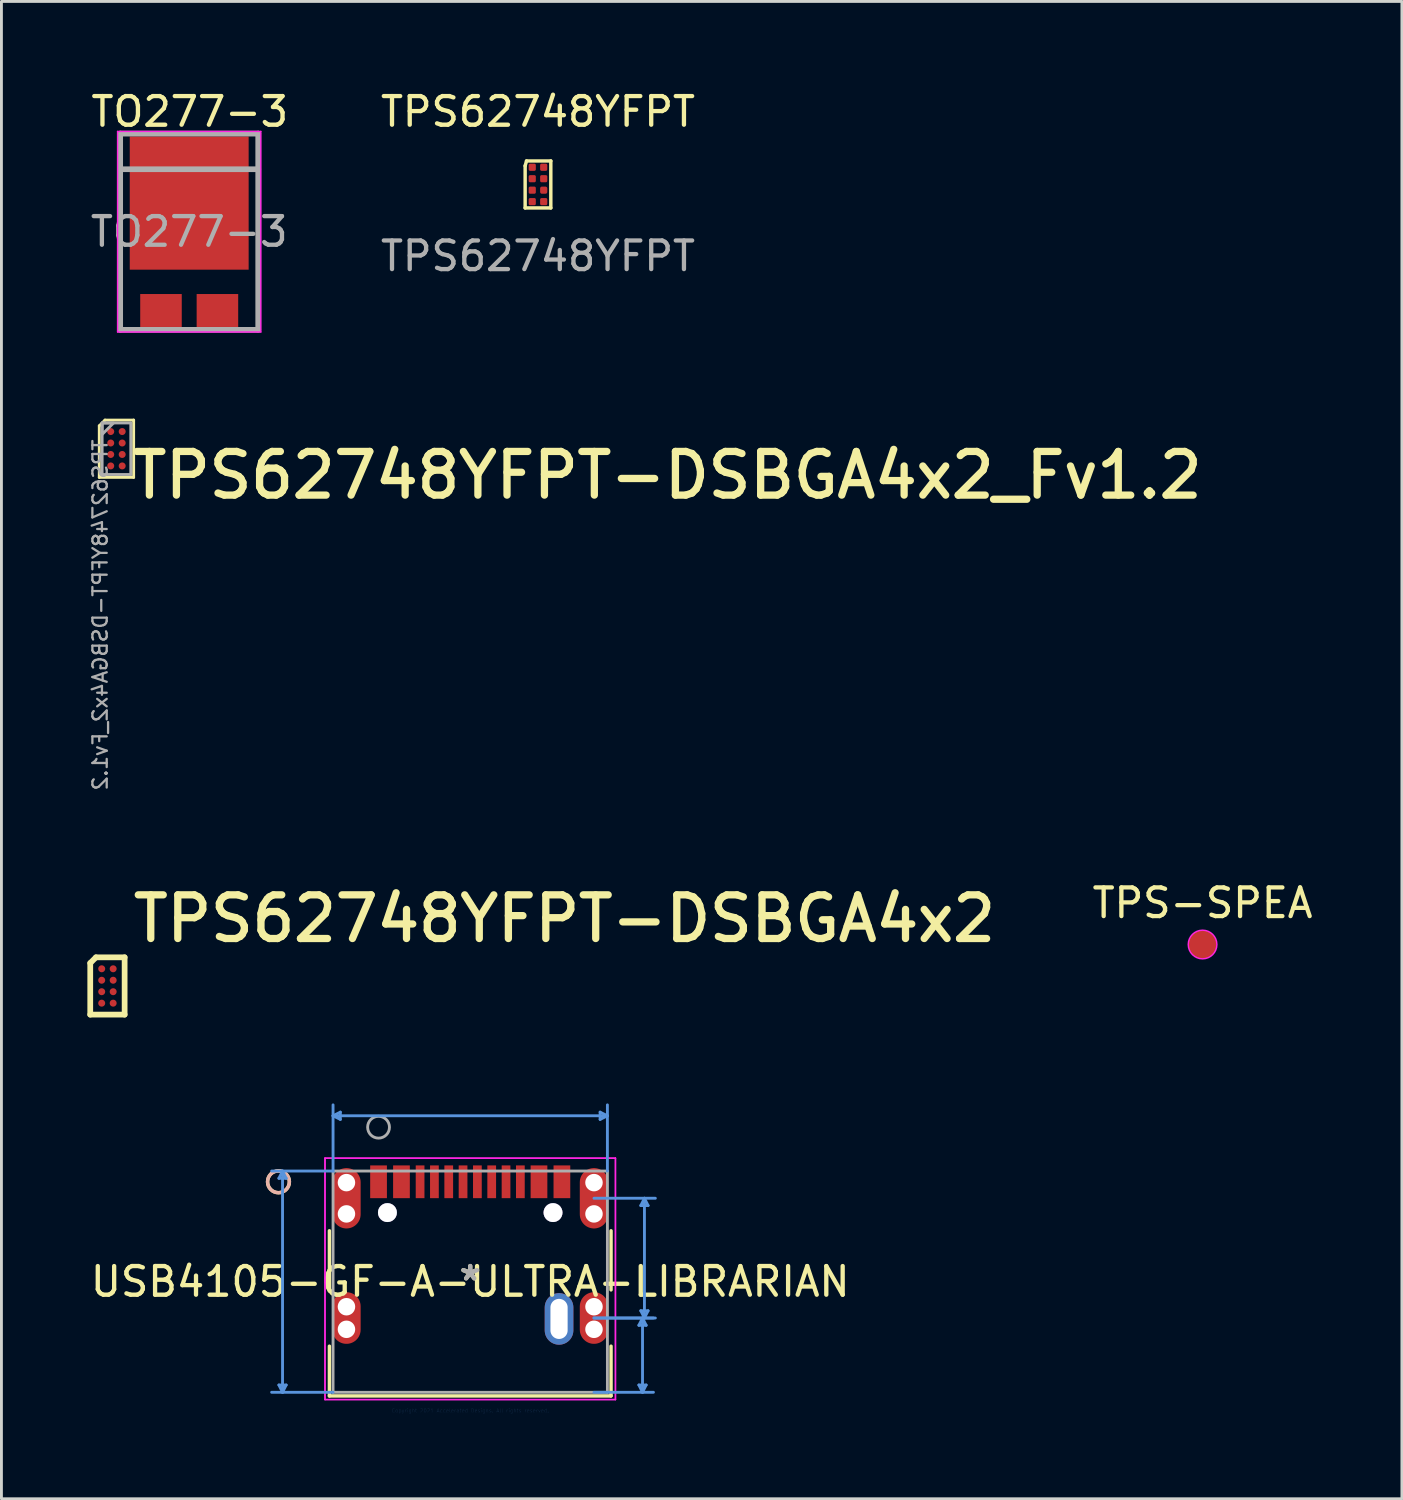
<source format=kicad_pcb>
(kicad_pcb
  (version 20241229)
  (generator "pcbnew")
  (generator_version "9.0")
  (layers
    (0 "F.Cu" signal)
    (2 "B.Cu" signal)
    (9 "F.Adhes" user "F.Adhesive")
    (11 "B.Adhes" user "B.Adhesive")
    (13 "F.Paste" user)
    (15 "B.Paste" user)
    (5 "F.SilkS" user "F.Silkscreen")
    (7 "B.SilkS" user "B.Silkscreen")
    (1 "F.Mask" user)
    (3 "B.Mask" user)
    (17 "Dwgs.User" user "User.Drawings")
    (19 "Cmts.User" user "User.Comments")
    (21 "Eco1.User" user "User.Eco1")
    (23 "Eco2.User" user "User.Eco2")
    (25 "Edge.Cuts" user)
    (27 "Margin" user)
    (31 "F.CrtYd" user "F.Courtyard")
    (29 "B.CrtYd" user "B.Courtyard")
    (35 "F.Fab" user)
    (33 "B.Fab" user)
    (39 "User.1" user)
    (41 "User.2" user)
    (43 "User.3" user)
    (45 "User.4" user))
  (footprint "TPS62748YFPT"
    (layer "F.Cu")
    (at 15.728 3.388)
    (property "Reference" "TPS62748YFPT" (at 0 -2.54 0) (unlocked yes) (layer "F.SilkS") (effects (font (size 1 1) (thickness 0.15))))
    (attr smd)
    (fp_line (start -0.448 -0.65) (end -0.4 -0.82) (stroke (width 0.12) (type solid)) (layer "F.SilkS"))
    (fp_line (start -0.448 0.82) (end -0.448 -0.65) (stroke (width 0.12) (type solid)) (layer "F.SilkS"))
    (fp_line (start -0.4 -0.82) (end 0.448 -0.82) (stroke (width 0.12) (type solid)) (layer "F.SilkS"))
    (fp_line (start 0.448 -0.82) (end 0.448 0.82) (stroke (width 0.12) (type solid)) (layer "F.SilkS"))
    (fp_line (start 0.448 0.82) (end -0.448 0.82) (stroke (width 0.12) (type solid)) (layer "F.SilkS"))
    (fp_text user "${REFERENCE}" (at 0 2.5 0) (unlocked yes) (layer "F.Fab") (effects (font (size 1 1) (thickness 0.15))))
    (pad "A1" smd roundrect (at -0.2 -0.6) (size 0.25 0.25) (layers "F.Cu" "F.Mask" "F.Paste") (roundrect_rratio 0.2))
    (pad "A2" smd roundrect (at 0.2 -0.6) (size 0.25 0.25) (layers "F.Cu" "F.Mask" "F.Paste") (roundrect_rratio 0.2))
    (pad "B1" smd roundrect (at -0.2 -0.2) (size 0.25 0.25) (layers "F.Cu" "F.Mask" "F.Paste") (roundrect_rratio 0.2))
    (pad "B2" smd roundrect (at 0.2 -0.2) (size 0.25 0.25) (layers "F.Cu" "F.Mask" "F.Paste") (roundrect_rratio 0.2))
    (pad "C1" smd roundrect (at -0.2 0.2) (size 0.25 0.25) (layers "F.Cu" "F.Mask" "F.Paste") (roundrect_rratio 0.2))
    (pad "C2" smd roundrect (at 0.2 0.2) (size 0.25 0.25) (layers "F.Cu" "F.Mask" "F.Paste") (roundrect_rratio 0.25))
    (pad "D1" smd roundrect (at -0.2 0.6) (size 0.25 0.25) (layers "F.Cu" "F.Mask" "F.Paste") (roundrect_rratio 0.2))
    (pad "D2" smd roundrect (at 0.2 0.6) (size 0.25 0.25) (layers "F.Cu" "F.Mask" "F.Paste") (roundrect_rratio 0.2)))
  (footprint "TPS-SPEA"
    (layer "F.Cu")
    (at 38.925 29.918)
    (property "Reference" "TPS-SPEA" (at 0 -1.448 0) (layer "F.SilkS") (effects (font (size 1 1) (thickness 0.15))))
    (attr exclude_from_pos_files exclude_from_bom)
    (fp_circle (center 0 0) (end 0.5 0) (stroke (width 0.05) (type solid)) (fill no) (layer "F.CrtYd"))
    (pad "1" smd circle (at 0 0) (size 1 1) (layers "F.Cu" "F.Mask")))
  (footprint "TPS62748YFPT-DSBGA4x2"
    (layer "F.Cu")
    (at 0.5 30.765)
    (property "Reference" "TPS62748YFPT-DSBGA4x2" (at 0.965 -0.857 0) (unlocked yes) (layer "F.SilkS") (effects (font (size 1.524 1.524) (thickness 0.254)) (justify left bottom)))
    (fp_line (start -0.4 1.6) (end -0.4 -0.2) (stroke (width 0.2) (type solid)) (layer "F.SilkS"))
    (fp_line (start -0.2 -0.4) (end -0.4 -0.2) (stroke (width 0.2) (type solid)) (layer "F.SilkS"))
    (fp_line (start 0.8 -0.4) (end -0.2 -0.4) (stroke (width 0.2) (type solid)) (layer "F.SilkS"))
    (fp_line (start 0.8 1.6) (end -0.4 1.6) (stroke (width 0.2) (type solid)) (layer "F.SilkS"))
    (fp_line (start 0.8 1.6) (end 0.8 -0.4) (stroke (width 0.2) (type solid)) (layer "F.SilkS"))
    (pad "A1" smd circle (at 0 0) (size 0.245 0.245) (layers "F.Cu" "F.Mask" "F.Paste"))
    (pad "A2" smd circle (at 0.4 0) (size 0.245 0.245) (layers "F.Cu" "F.Mask" "F.Paste"))
    (pad "B1" smd circle (at 0 0.4) (size 0.245 0.245) (layers "F.Cu" "F.Mask" "F.Paste"))
    (pad "B2" smd circle (at 0.4 0.4) (size 0.245 0.245) (layers "F.Cu" "F.Mask" "F.Paste"))
    (pad "C1" smd circle (at 0 0.8) (size 0.245 0.245) (layers "F.Cu" "F.Mask" "F.Paste"))
    (pad "C2" smd circle (at 0.4 0.8) (size 0.245 0.245) (layers "F.Cu" "F.Mask" "F.Paste"))
    (pad "D1" smd circle (at 0 1.2) (size 0.245 0.245) (layers "F.Cu" "F.Mask" "F.Paste"))
    (pad "D2" smd circle (at 0.4 1.2) (size 0.245 0.245) (layers "F.Cu" "F.Mask" "F.Paste")))
  (footprint "USB4105-GF-A-ULTRA-LIBRARIAN"
    (layer "F.Cu")
    (at 13.363 41.686)
    (property "Reference" "USB4105-GF-A-ULTRA-LIBRARIAN" (at 0 0 0) (layer "F.SilkS") (effects (font (size 1 1) (thickness 0.15))))
    (attr through_hole)
    (fp_line (start -4.915 -1.776) (end -4.915 0.287) (stroke (width 0.12) (type solid)) (layer "F.SilkS"))
    (fp_line (start -4.915 2.252) (end -4.915 3.988) (stroke (width 0.12) (type solid)) (layer "F.SilkS"))
    (fp_line (start -4.915 3.988) (end 4.915 3.988) (stroke (width 0.12) (type solid)) (layer "F.SilkS"))
    (fp_line (start 4.915 0.287) (end 4.915 -1.776) (stroke (width 0.12) (type solid)) (layer "F.SilkS"))
    (fp_line (start 4.915 3.988) (end 4.915 2.252) (stroke (width 0.12) (type solid)) (layer "F.SilkS"))
    (fp_circle (center -6.693 -3.486) (end -6.312 -3.486) (stroke (width 0.12) (type solid)) (fill no) (layer "F.SilkS"))
    (fp_circle (center -6.693 -3.486) (end -6.312 -3.486) (stroke (width 0.12) (type solid)) (fill no) (layer "B.SilkS"))
    (fp_line (start -6.678 3.607) (end -6.551 3.861) (stroke (width 0.1) (type solid)) (layer "Cmts.User"))
    (fp_line (start -6.678 -3.607) (end -6.551 -3.861) (stroke (width 0.1) (type solid)) (layer "Cmts.User"))
    (fp_line (start -6.678 -3.607) (end -6.424 -3.607) (stroke (width 0.1) (type solid)) (layer "Cmts.User"))
    (fp_line (start -6.551 -3.861) (end -6.551 3.861) (stroke (width 0.1) (type solid)) (layer "Cmts.User"))
    (fp_line (start -6.424 3.607) (end -6.678 3.607) (stroke (width 0.1) (type solid)) (layer "Cmts.User"))
    (fp_line (start -6.424 3.607) (end -6.551 3.861) (stroke (width 0.1) (type solid)) (layer "Cmts.User"))
    (fp_line (start -6.424 -3.607) (end -6.551 -3.861) (stroke (width 0.1) (type solid)) (layer "Cmts.User"))
    (fp_line (start -4.788 -5.79) (end 4.788 -5.79) (stroke (width 0.1) (type solid)) (layer "Cmts.User"))
    (fp_line (start -4.788 -3.861) (end -6.932 -3.861) (stroke (width 0.1) (type solid)) (layer "Cmts.User"))
    (fp_line (start -4.788 -3.861) (end -4.788 -6.171) (stroke (width 0.1) (type solid)) (layer "Cmts.User"))
    (fp_line (start -4.788 3.861) (end -6.932 3.861) (stroke (width 0.1) (type solid)) (layer "Cmts.User"))
    (fp_line (start -4.534 -5.663) (end -4.788 -5.79) (stroke (width 0.1) (type solid)) (layer "Cmts.User"))
    (fp_line (start -4.534 -5.663) (end -4.534 -5.917) (stroke (width 0.1) (type solid)) (layer "Cmts.User"))
    (fp_line (start -4.534 -5.917) (end -4.788 -5.79) (stroke (width 0.1) (type solid)) (layer "Cmts.User"))
    (fp_line (start 4.32 -2.911) (end 6.462 -2.911) (stroke (width 0.1) (type solid)) (layer "Cmts.User"))
    (fp_line (start 4.32 1.269) (end 6.462 1.269) (stroke (width 0.1) (type solid)) (layer "Cmts.User"))
    (fp_line (start 4.32 1.269) (end 6.395 1.269) (stroke (width 0.1) (type solid)) (layer "Cmts.User"))
    (fp_line (start 4.32 3.861) (end 6.395 3.861) (stroke (width 0.1) (type solid)) (layer "Cmts.User"))
    (fp_line (start 4.534 -5.663) (end 4.788 -5.79) (stroke (width 0.1) (type solid)) (layer "Cmts.User"))
    (fp_line (start 4.534 -5.917) (end 4.534 -5.663) (stroke (width 0.1) (type solid)) (layer "Cmts.User"))
    (fp_line (start 4.534 -5.917) (end 4.788 -5.79) (stroke (width 0.1) (type solid)) (layer "Cmts.User"))
    (fp_line (start 4.788 -3.861) (end 4.788 -6.171) (stroke (width 0.1) (type solid)) (layer "Cmts.User"))
    (fp_line (start 5.887 3.607) (end 6.014 3.861) (stroke (width 0.1) (type solid)) (layer "Cmts.User"))
    (fp_line (start 5.887 1.523) (end 6.014 1.269) (stroke (width 0.1) (type solid)) (layer "Cmts.User"))
    (fp_line (start 5.887 1.523) (end 6.141 1.523) (stroke (width 0.1) (type solid)) (layer "Cmts.User"))
    (fp_line (start 5.954 1.015) (end 6.081 1.269) (stroke (width 0.1) (type solid)) (layer "Cmts.User"))
    (fp_line (start 5.954 -2.657) (end 6.081 -2.911) (stroke (width 0.1) (type solid)) (layer "Cmts.User"))
    (fp_line (start 5.954 -2.657) (end 6.208 -2.657) (stroke (width 0.1) (type solid)) (layer "Cmts.User"))
    (fp_line (start 6.014 1.269) (end 6.014 3.861) (stroke (width 0.1) (type solid)) (layer "Cmts.User"))
    (fp_line (start 6.081 -2.911) (end 6.081 1.269) (stroke (width 0.1) (type solid)) (layer "Cmts.User"))
    (fp_line (start 6.141 3.607) (end 5.887 3.607) (stroke (width 0.1) (type solid)) (layer "Cmts.User"))
    (fp_line (start 6.141 3.607) (end 6.014 3.861) (stroke (width 0.1) (type solid)) (layer "Cmts.User"))
    (fp_line (start 6.141 1.523) (end 6.014 1.269) (stroke (width 0.1) (type solid)) (layer "Cmts.User"))
    (fp_line (start 6.208 1.015) (end 5.954 1.015) (stroke (width 0.1) (type solid)) (layer "Cmts.User"))
    (fp_line (start 6.208 1.015) (end 6.081 1.269) (stroke (width 0.1) (type solid)) (layer "Cmts.User"))
    (fp_line (start 6.208 -2.657) (end 6.081 -2.911) (stroke (width 0.1) (type solid)) (layer "Cmts.User"))
    (fp_line (start -5.069 -4.311) (end -5.069 4.115) (stroke (width 0.05) (type solid)) (layer "F.CrtYd"))
    (fp_line (start -5.069 -4.311) (end -5.069 4.115) (stroke (width 0.05) (type solid)) (layer "F.CrtYd"))
    (fp_line (start -5.069 4.115) (end 5.069 4.115) (stroke (width 0.05) (type solid)) (layer "F.CrtYd"))
    (fp_line (start -5.069 4.115) (end 5.069 4.115) (stroke (width 0.05) (type solid)) (layer "F.CrtYd"))
    (fp_line (start 5.069 -4.311) (end -5.069 -4.311) (stroke (width 0.05) (type solid)) (layer "F.CrtYd"))
    (fp_line (start 5.069 -4.311) (end -5.069 -4.311) (stroke (width 0.05) (type solid)) (layer "F.CrtYd"))
    (fp_line (start 5.069 4.115) (end 5.069 -4.311) (stroke (width 0.05) (type solid)) (layer "F.CrtYd"))
    (fp_line (start 5.069 4.115) (end 5.069 -4.311) (stroke (width 0.05) (type solid)) (layer "F.CrtYd"))
    (fp_line (start -4.788 -3.861) (end -4.788 3.861) (stroke (width 0.1) (type solid)) (layer "F.Fab"))
    (fp_line (start -4.788 3.861) (end 4.788 3.861) (stroke (width 0.1) (type solid)) (layer "F.Fab"))
    (fp_line (start 4.788 -3.861) (end -4.788 -3.861) (stroke (width 0.1) (type solid)) (layer "F.Fab"))
    (fp_line (start 4.788 3.861) (end 4.788 -3.861) (stroke (width 0.1) (type solid)) (layer "F.Fab"))
    (fp_circle (center -3.2 -5.391) (end -2.819 -5.391) (stroke (width 0.1) (type solid)) (fill no) (layer "F.Fab"))
    (fp_text user "*" (at 0 0 0) (layer "F.SilkS") (effects (font (size 1 1) (thickness 0.15))))
    (fp_text user "Copyright 2021 Accelerated Designs. All rights reserved." (at 0 4.5 0) (layer "Cmts.User") (effects (font (size 0.127 0.127) (thickness 0.002))))
    (fp_text user "*" (at 0 0 0) (layer "F.Fab") (effects (font (size 1 1) (thickness 0.15))))
    (pad "" np_thru_hole circle (at -4.32 -3.457) (size 0.61 0.61) (drill 0.61) (layers "*.Cu" "*.Mask"))
    (pad "" np_thru_hole circle (at -4.32 -2.365) (size 0.61 0.61) (drill 0.61) (layers "*.Cu" "*.Mask"))
    (pad "" np_thru_hole circle (at -4.32 0.875) (size 0.61 0.61) (drill 0.61) (layers "*.Cu" "*.Mask"))
    (pad "" np_thru_hole circle (at -4.32 1.663) (size 0.61 0.61) (drill 0.61) (layers "*.Cu" "*.Mask"))
    (pad "" np_thru_hole circle (at 4.32 -3.457) (size 0.61 0.61) (drill 0.61) (layers "*.Cu" "*.Mask"))
    (pad "" np_thru_hole circle (at 4.32 -2.365) (size 0.61 0.61) (drill 0.61) (layers "*.Cu" "*.Mask"))
    (pad "" np_thru_hole circle (at 4.32 0.875) (size 0.61 0.61) (drill 0.61) (layers "*.Cu" "*.Mask"))
    (pad "" np_thru_hole circle (at 4.32 1.663) (size 0.61 0.61) (drill 0.61) (layers "*.Cu" "*.Mask"))
    (pad "1" thru_hole oval (at 3.1 1.3 90) (size 1.8 1) (drill oval 1.4 0.6) (layers "*.Cu" "*.Mask"))
    (pad "13" smd oval (at -4.32 1.269) (size 0.991 1.803) (layers "F.Cu" "F.Mask" "F.Paste"))
    (pad "14" smd oval (at 4.32 1.269) (size 0.991 1.803) (layers "F.Cu" "F.Mask" "F.Paste"))
    (pad "15" smd oval (at -4.32 -2.911) (size 0.991 2.108) (layers "F.Cu" "F.Mask" "F.Paste"))
    (pad "16" smd oval (at 4.32 -2.911) (size 0.991 2.108) (layers "F.Cu" "F.Mask" "F.Paste"))
    (pad "17" thru_hole circle (at -2.89 -2.411) (size 0.66 0.66) (drill 0.66) (layers "*.Cu" "*.Mask"))
    (pad "18" thru_hole circle (at 2.89 -2.411) (size 0.66 0.66) (drill 0.66) (layers "*.Cu" "*.Mask"))
    (pad "A1-B12" smd rect (at -3.2 -3.486) (size 0.584 1.143) (layers "F.Cu" "F.Mask" "F.Paste"))
    (pad "A4-B9" smd rect (at -2.4 -3.486) (size 0.584 1.143) (layers "F.Cu" "F.Mask" "F.Paste"))
    (pad "A5" smd rect (at -1.25 -3.486) (size 0.305 1.143) (layers "F.Cu" "F.Mask" "F.Paste"))
    (pad "A6" smd rect (at -0.25 -3.486) (size 0.305 1.143) (layers "F.Cu" "F.Mask" "F.Paste"))
    (pad "A7" smd rect (at 0.25 -3.486) (size 0.305 1.143) (layers "F.Cu" "F.Mask" "F.Paste"))
    (pad "A8" smd rect (at 1.25 -3.486) (size 0.305 1.143) (layers "F.Cu" "F.Mask" "F.Paste"))
    (pad "B1-A12" smd rect (at 3.2 -3.486) (size 0.584 1.143) (layers "F.Cu" "F.Mask" "F.Paste"))
    (pad "B4-A9" smd rect (at 2.4 -3.486) (size 0.584 1.143) (layers "F.Cu" "F.Mask" "F.Paste"))
    (pad "B5" smd rect (at 1.75 -3.486) (size 0.305 1.143) (layers "F.Cu" "F.Mask" "F.Paste"))
    (pad "B6" smd rect (at 0.75 -3.486) (size 0.305 1.143) (layers "F.Cu" "F.Mask" "F.Paste"))
    (pad "B7" smd rect (at -0.75 -3.486) (size 0.305 1.143) (layers "F.Cu" "F.Mask" "F.Paste"))
    (pad "B8" smd rect (at -1.75 -3.486) (size 0.305 1.143) (layers "F.Cu" "F.Mask" "F.Paste")))
  (footprint "TPS62748YFPT-DSBGA4x2_Fv1.2"
    (layer "F.Cu")
    (at 0.815 12.013)
    (property "Reference" "TPS62748YFPT-DSBGA4x2_Fv1.2" (at 0.602 2.418 0) (unlocked yes) (layer "F.SilkS") (effects (font (size 1.524 1.524) (thickness 0.254)) (justify left bottom)))
    (fp_line (start -0.4 -0.2) (end -0.4 1.6) (stroke (width 0.1) (type solid)) (layer "F.SilkS"))
    (fp_line (start -0.4 -0.2) (end -0.2 -0.4) (stroke (width 0.1) (type solid)) (layer "F.SilkS"))
    (fp_line (start -0.4 1.6) (end 0.8 1.6) (stroke (width 0.1) (type solid)) (layer "F.SilkS"))
    (fp_line (start -0.2 -0.4) (end 0.8 -0.4) (stroke (width 0.1) (type solid)) (layer "F.SilkS"))
    (fp_line (start 0.8 -0.4) (end 0.8 1.6) (stroke (width 0.1) (type solid)) (layer "F.SilkS"))
    (fp_line (start -0.3 -0.3) (end -0.3 1.5) (stroke (width 0.1) (type solid)) (layer "F.Fab"))
    (fp_line (start -0.3 -0.3) (end 0.7 -0.3) (stroke (width 0.1) (type solid)) (layer "F.Fab"))
    (fp_line (start -0.3 1.5) (end 0.7 1.5) (stroke (width 0.1) (type solid)) (layer "F.Fab"))
    (fp_line (start 0.7 -0.3) (end 0.7 1.5) (stroke (width 0.1) (type solid)) (layer "F.Fab"))
    (fp_poly (pts (xy -0.3 -0.3) (xy 0.1 -0.3) (xy -0.3 0.1)) (stroke (width 0.1) (type default)) (fill no) (layer "F.Fab"))
    (fp_text user "${REFERENCE}" (at -0.075 0.23 90) (unlocked yes) (layer "F.Fab") (effects (font (size 0.5 0.5) (thickness 0.08)) (justify left bottom mirror)))
    (pad "A1" smd circle (at 0 0 180) (size 0.245 0.245) (layers "F.Cu" "F.Mask" "F.Paste"))
    (pad "A2" smd circle (at 0.4 0 180) (size 0.245 0.245) (layers "F.Cu" "F.Mask" "F.Paste"))
    (pad "B1" smd circle (at 0 0.4 180) (size 0.245 0.245) (layers "F.Cu" "F.Mask" "F.Paste"))
    (pad "B2" smd circle (at 0.4 0.4 180) (size 0.245 0.245) (layers "F.Cu" "F.Mask" "F.Paste"))
    (pad "C1" smd circle (at 0 0.8 180) (size 0.245 0.245) (layers "F.Cu" "F.Mask" "F.Paste"))
    (pad "C2" smd circle (at 0.4 0.8 180) (size 0.245 0.245) (layers "F.Cu" "F.Mask" "F.Paste"))
    (pad "D1" smd circle (at 0 1.2 180) (size 0.245 0.245) (layers "F.Cu" "F.Mask" "F.Paste"))
    (pad "D2" smd circle (at 0.4 1.2 180) (size 0.245 0.245) (layers "F.Cu" "F.Mask" "F.Paste")))
  (footprint "TO277-3"
    (layer "F.Cu")
    (at 3.554 5.038)
    (property "Reference" "TO277-3" (at 0.02 -4.19 180) (layer "F.SilkS") (effects (font (size 1 1) (thickness 0.15))))
    (attr smd)
    (fp_line (start -2.5 -3.5) (end -2.5 3.5) (stroke (width 0.05) (type solid)) (layer "F.CrtYd"))
    (fp_line (start -2.5 -3.5) (end 2.5 -3.5) (stroke (width 0.05) (type solid)) (layer "F.CrtYd"))
    (fp_line (start 2.5 3.5) (end -2.5 3.5) (stroke (width 0.05) (type solid)) (layer "F.CrtYd"))
    (fp_line (start 2.5 3.5) (end 2.5 -3.5) (stroke (width 0.05) (type solid)) (layer "F.CrtYd"))
    (fp_line (start -2.41 -3.425) (end -2.41 3.425) (stroke (width 0.2) (type solid)) (layer "F.Fab"))
    (fp_line (start 2.41 -3.425) (end -2.41 -3.425) (stroke (width 0.2) (type solid)) (layer "F.Fab"))
    (fp_line (start 2.41 -2.181) (end -2.41 -2.181) (stroke (width 0.2) (type solid)) (layer "F.Fab"))
    (fp_line (start 2.41 3.425) (end -2.41 3.425) (stroke (width 0.2) (type solid)) (layer "F.Fab"))
    (fp_line (start 2.41 3.425) (end 2.41 -3.425) (stroke (width 0.2) (type solid)) (layer "F.Fab"))
    (fp_text user "${REFERENCE}" (at 0 0 0) (layer "F.Fab") (effects (font (size 1 1) (thickness 0.15))))
    (pad "" smd rect (at -1.175 -2.325 180) (size 1.8 2) (layers "F.Paste"))
    (pad "" smd rect (at -1.175 0.325 180) (size 1.8 2) (layers "F.Paste"))
    (pad "" smd rect (at 1.175 -2.325 180) (size 1.8 2) (layers "F.Paste"))
    (pad "" smd rect (at 1.175 0.325 180) (size 1.8 2) (layers "F.Paste"))
    (pad "1" smd rect (at 0.985 2.75 180) (size 1.45 1.15) (layers "F.Cu" "F.Mask" "F.Paste"))
    (pad "2" smd rect (at -0.985 2.75 180) (size 1.45 1.15) (layers "F.Cu" "F.Mask" "F.Paste"))
    (pad "3" smd rect (at 0 -1 180) (size 4.15 4.65) (layers "F.Cu" "F.Mask")))
  (gr_rect
    (start -3 -3)
    (end 45.883 49.264)
    (stroke (width 0.1) (type default))
    (fill no)
    (layer "Edge.Cuts")))
</source>
